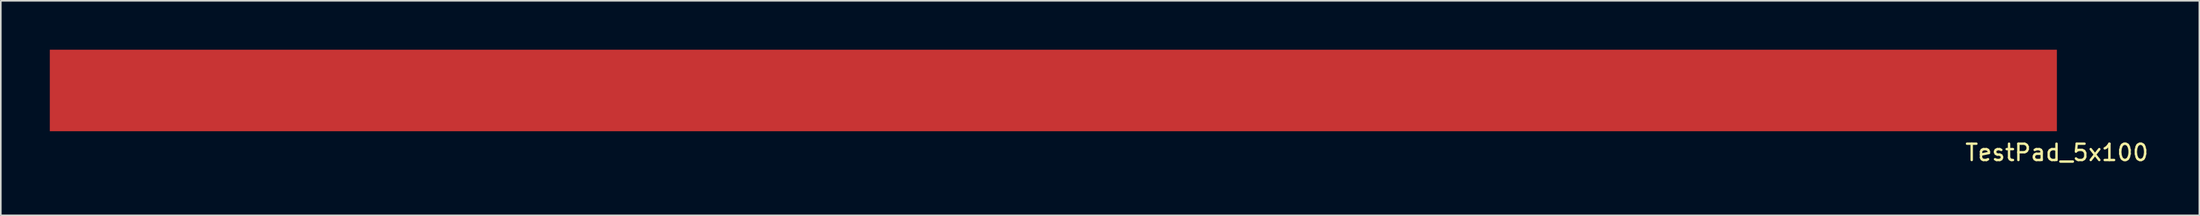
<source format=kicad_pcb>
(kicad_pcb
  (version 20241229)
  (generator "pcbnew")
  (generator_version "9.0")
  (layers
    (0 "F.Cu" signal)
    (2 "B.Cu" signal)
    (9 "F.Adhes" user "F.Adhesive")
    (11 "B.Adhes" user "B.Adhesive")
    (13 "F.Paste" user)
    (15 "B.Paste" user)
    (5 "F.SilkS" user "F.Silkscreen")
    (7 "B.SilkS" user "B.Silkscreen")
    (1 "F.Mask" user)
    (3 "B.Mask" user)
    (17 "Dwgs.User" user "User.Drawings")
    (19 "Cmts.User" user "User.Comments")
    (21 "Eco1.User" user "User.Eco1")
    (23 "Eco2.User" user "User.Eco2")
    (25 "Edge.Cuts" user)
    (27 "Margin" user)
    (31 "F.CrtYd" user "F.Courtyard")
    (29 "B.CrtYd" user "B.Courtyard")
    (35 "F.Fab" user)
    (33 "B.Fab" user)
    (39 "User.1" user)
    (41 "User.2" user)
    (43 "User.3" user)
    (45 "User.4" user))
  (footprint "TestPad_5x100"
    (layer "F.Cu")
    (at 122.86 1.23)
    (property "Reference" "TestPad_5x100" (at 0 5.08 0) (layer "F.SilkS") (effects (font (size 1 1) (thickness 0.15))))
    (attr through_hole)
    (pad "1" smd rect (at -61.43 1.27) (size 122.86 5) (layers "F.Cu" "F.Mask" "F.Paste")))
  (gr_rect
    (start -3 -3)
    (end 131.58 10.158)
    (stroke (width 0.1) (type default))
    (fill no)
    (layer "Edge.Cuts")))
</source>
